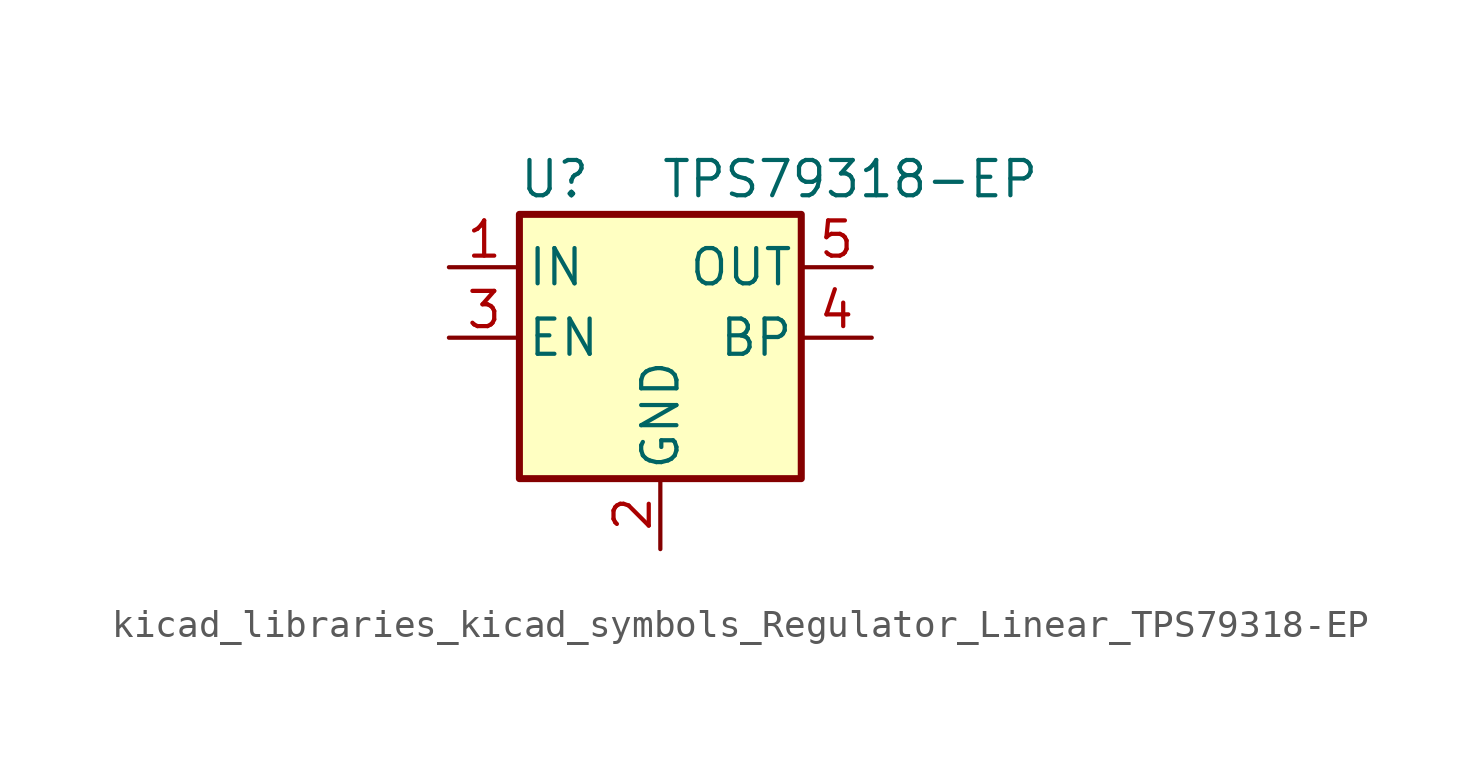
<source format=kicad_sym>
(kicad_symbol_lib
  (version 20220914)
  (generator kicad_symbol_editor)
  (symbol "kicad_libraries_kicad_symbols_Regulator_Linear_TPS79318-EP"
    (pin_names
      (offset 0.254))
    (property "Reference" "U"
      (at -3.81 5.715 0)
      (effects (font (size 1.27 1.27))))
    (property "Value" "TPS79318-EP"
      (at 0 5.715 0)
      (effects (font (size 1.27 1.27)) (justify left)))
    (symbol "kicad_libraries_kicad_symbols_Regulator_Linear_TPS79318-EP_1_1"
      (rectangle (start 5.08 -5.08) (end -5.08 4.445) (stroke (width 0.254) (type default)) (fill (type background)))
      (pin power_in line (at -7.62 2.54 0) (length 2.54) (name "IN" (effects (font (size 1.27 1.27)))) (number "1" (effects (font (size 1.27 1.27)))))
      (pin power_in line (at 0 -7.62 90) (length 2.54) (name "GND" (effects (font (size 1.27 1.27)))) (number "2" (effects (font (size 1.27 1.27)))))
      (pin input line (at -7.62 0 0) (length 2.54) (name "EN" (effects (font (size 1.27 1.27)))) (number "3" (effects (font (size 1.27 1.27)))))
      (pin bidirectional line (at 7.62 0 180) (length 2.54) (name "BP" (effects (font (size 1.27 1.27)))) (number "4" (effects (font (size 1.27 1.27)))))
      (pin power_out line (at 7.62 2.54 180) (length 2.54) (name "OUT" (effects (font (size 1.27 1.27)))) (number "5" (effects (font (size 1.27 1.27))))))))
</source>
